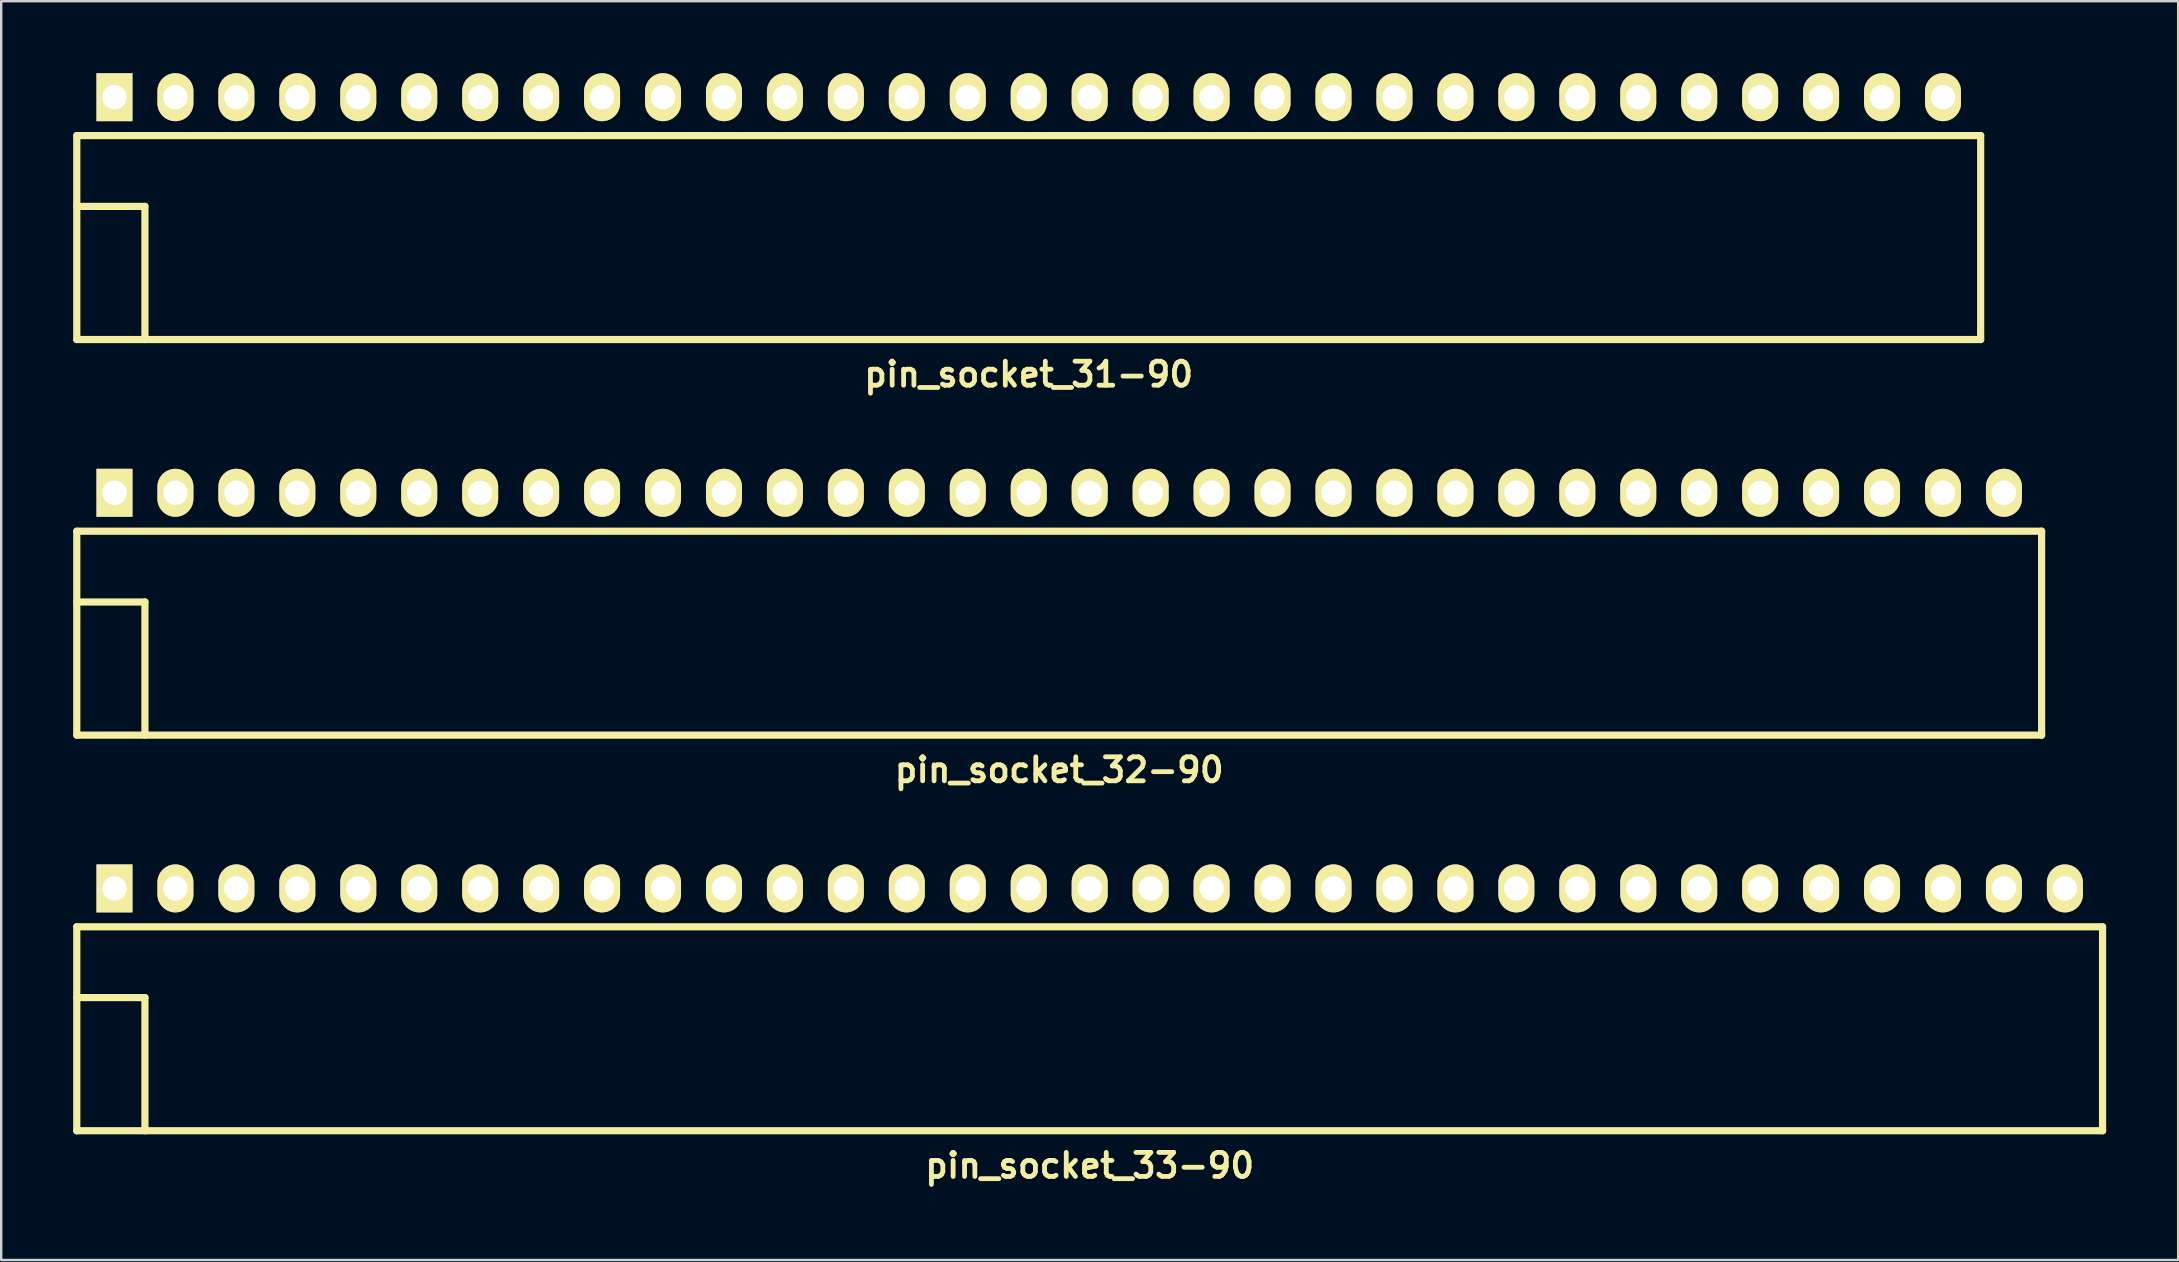
<source format=kicad_pcb>
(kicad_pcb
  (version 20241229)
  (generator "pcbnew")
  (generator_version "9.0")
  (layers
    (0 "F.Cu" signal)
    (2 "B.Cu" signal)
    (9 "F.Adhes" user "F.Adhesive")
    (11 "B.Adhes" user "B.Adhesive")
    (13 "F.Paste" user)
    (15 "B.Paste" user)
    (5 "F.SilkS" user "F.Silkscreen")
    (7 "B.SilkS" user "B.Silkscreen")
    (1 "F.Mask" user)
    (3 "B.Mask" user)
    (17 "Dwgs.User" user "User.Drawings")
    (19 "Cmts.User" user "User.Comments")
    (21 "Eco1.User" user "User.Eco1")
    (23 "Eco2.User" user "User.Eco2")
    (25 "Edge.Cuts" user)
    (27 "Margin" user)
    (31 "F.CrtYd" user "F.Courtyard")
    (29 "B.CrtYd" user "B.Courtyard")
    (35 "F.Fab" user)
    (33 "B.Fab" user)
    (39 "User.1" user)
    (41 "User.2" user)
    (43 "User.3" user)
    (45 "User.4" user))
  (footprint "pin_socket_33-90"
    (layer "F.Cu")
    (at 42.36 38.522)
    (property "Reference" "pin_socket_33-90" (at 0 7 0) (layer "F.SilkS") (effects (font (size 1 1) (thickness 0.2))))
    (attr through_hole)
    (fp_line (start -42.21 -2.95) (end -42.21 5.55) (stroke (width 0.3) (type solid)) (layer "F.SilkS"))
    (fp_line (start -42.21 -2.95) (end 42.21 -2.95) (stroke (width 0.3) (type solid)) (layer "F.SilkS"))
    (fp_line (start -42.21 0) (end -39.37 0) (stroke (width 0.3) (type solid)) (layer "F.SilkS"))
    (fp_line (start -42.21 5.55) (end 42.21 5.55) (stroke (width 0.3) (type solid)) (layer "F.SilkS"))
    (fp_line (start -39.37 0) (end -39.37 5.55) (stroke (width 0.3) (type solid)) (layer "F.SilkS"))
    (fp_line (start 42.21 -2.95) (end 42.21 5.55) (stroke (width 0.3) (type solid)) (layer "F.SilkS"))
    (pad "1" thru_hole rect (at -40.64 -4.55) (size 1.5 2) (drill 1.02) (layers "*.Cu" "*.Mask" "F.SilkS"))
    (pad "2" thru_hole oval (at -38.1 -4.55) (size 1.5 2) (drill 1.02) (layers "*.Cu" "*.Mask" "F.SilkS"))
    (pad "3" thru_hole oval (at -35.56 -4.55) (size 1.5 2) (drill 1.02) (layers "*.Cu" "*.Mask" "F.SilkS"))
    (pad "4" thru_hole oval (at -33.02 -4.55) (size 1.5 2) (drill 1.02) (layers "*.Cu" "*.Mask" "F.SilkS"))
    (pad "5" thru_hole oval (at -30.48 -4.55) (size 1.5 2) (drill 1.02) (layers "*.Cu" "*.Mask" "F.SilkS"))
    (pad "6" thru_hole oval (at -27.94 -4.55) (size 1.5 2) (drill 1.02) (layers "*.Cu" "*.Mask" "F.SilkS"))
    (pad "7" thru_hole oval (at -25.4 -4.55) (size 1.5 2) (drill 1.02) (layers "*.Cu" "*.Mask" "F.SilkS"))
    (pad "8" thru_hole oval (at -22.86 -4.55) (size 1.5 2) (drill 1.02) (layers "*.Cu" "*.Mask" "F.SilkS"))
    (pad "9" thru_hole oval (at -20.32 -4.55) (size 1.5 2) (drill 1.02) (layers "*.Cu" "*.Mask" "F.SilkS"))
    (pad "10" thru_hole oval (at -17.78 -4.55) (size 1.5 2) (drill 1.02) (layers "*.Cu" "*.Mask" "F.SilkS"))
    (pad "12" thru_hole oval (at -12.7 -4.55) (size 1.5 2) (drill 1.02) (layers "*.Cu" "*.Mask" "F.SilkS"))
    (pad "13" thru_hole oval (at -10.16 -4.55) (size 1.5 2) (drill 1.02) (layers "*.Cu" "*.Mask" "F.SilkS"))
    (pad "14" thru_hole oval (at -7.62 -4.55) (size 1.5 2) (drill 1.02) (layers "*.Cu" "*.Mask" "F.SilkS"))
    (pad "15" thru_hole oval (at -5.08 -4.55) (size 1.5 2) (drill 1.02) (layers "*.Cu" "*.Mask" "F.SilkS"))
    (pad "16" thru_hole oval (at -2.54 -4.55) (size 1.5 2) (drill 1.02) (layers "*.Cu" "*.Mask" "F.SilkS"))
    (pad "17" thru_hole oval (at 0 -4.55) (size 1.5 2) (drill 1.02) (layers "*.Cu" "*.Mask" "F.SilkS"))
    (pad "18" thru_hole oval (at 2.54 -4.55) (size 1.5 2) (drill 1.02) (layers "*.Cu" "*.Mask" "F.SilkS"))
    (pad "19" thru_hole oval (at 5.08 -4.55) (size 1.5 2) (drill 1.02) (layers "*.Cu" "*.Mask" "F.SilkS"))
    (pad "20" thru_hole oval (at 7.62 -4.55) (size 1.5 2) (drill 1.02) (layers "*.Cu" "*.Mask" "F.SilkS"))
    (pad "21" thru_hole oval (at 10.16 -4.55) (size 1.5 2) (drill 1.02) (layers "*.Cu" "*.Mask" "F.SilkS"))
    (pad "22" thru_hole oval (at 12.7 -4.55) (size 1.5 2) (drill 1.02) (layers "*.Cu" "*.Mask" "F.SilkS"))
    (pad "23" thru_hole oval (at 15.24 -4.55) (size 1.5 2) (drill 1.02) (layers "*.Cu" "*.Mask" "F.SilkS"))
    (pad "24" thru_hole oval (at 17.78 -4.55) (size 1.5 2) (drill 1.02) (layers "*.Cu" "*.Mask" "F.SilkS"))
    (pad "25" thru_hole oval (at 20.32 -4.55) (size 1.5 2) (drill 1.02) (layers "*.Cu" "*.Mask" "F.SilkS"))
    (pad "26" thru_hole oval (at 22.86 -4.55) (size 1.5 2) (drill 1.02) (layers "*.Cu" "*.Mask" "F.SilkS"))
    (pad "27" thru_hole oval (at 25.4 -4.55) (size 1.5 2) (drill 1.02) (layers "*.Cu" "*.Mask" "F.SilkS"))
    (pad "28" thru_hole oval (at 27.94 -4.55) (size 1.5 2) (drill 1.02) (layers "*.Cu" "*.Mask" "F.SilkS"))
    (pad "29" thru_hole oval (at 30.48 -4.55) (size 1.5 2) (drill 1.02) (layers "*.Cu" "*.Mask" "F.SilkS"))
    (pad "30" thru_hole oval (at 33.02 -4.55) (size 1.5 2) (drill 1.02) (layers "*.Cu" "*.Mask" "F.SilkS"))
    (pad "31" thru_hole oval (at 35.56 -4.55) (size 1.5 2) (drill 1.02) (layers "*.Cu" "*.Mask" "F.SilkS"))
    (pad "32" thru_hole oval (at 38.1 -4.55) (size 1.5 2) (drill 1.02) (layers "*.Cu" "*.Mask" "F.SilkS"))
    (pad "33" thru_hole oval (at 40.64 -4.55) (size 1.5 2) (drill 1.02) (layers "*.Cu" "*.Mask" "F.SilkS"))
    (pad "1121" thru_hole oval (at -15.24 -4.55) (size 1.5 2) (drill 1.02) (layers "*.Cu" "*.Mask" "F.SilkS")))
  (footprint "pin_socket_31-90"
    (layer "F.Cu")
    (at 39.82 5.55)
    (property "Reference" "pin_socket_31-90" (at 0 7 0) (layer "F.SilkS") (effects (font (size 1 1) (thickness 0.2))))
    (attr through_hole)
    (fp_line (start -39.67 -2.95) (end -39.67 5.55) (stroke (width 0.3) (type solid)) (layer "F.SilkS"))
    (fp_line (start -39.67 -2.95) (end 39.67 -2.95) (stroke (width 0.3) (type solid)) (layer "F.SilkS"))
    (fp_line (start -39.67 0) (end -36.83 0) (stroke (width 0.3) (type solid)) (layer "F.SilkS"))
    (fp_line (start -39.67 5.55) (end 39.67 5.55) (stroke (width 0.3) (type solid)) (layer "F.SilkS"))
    (fp_line (start -36.83 0) (end -36.83 5.55) (stroke (width 0.3) (type solid)) (layer "F.SilkS"))
    (fp_line (start 39.67 -2.95) (end 39.67 5.55) (stroke (width 0.3) (type solid)) (layer "F.SilkS"))
    (pad "1" thru_hole rect (at -38.1 -4.55) (size 1.5 2) (drill 1.02) (layers "*.Cu" "*.Mask" "F.SilkS"))
    (pad "2" thru_hole oval (at -35.56 -4.55) (size 1.5 2) (drill 1.02) (layers "*.Cu" "*.Mask" "F.SilkS"))
    (pad "3" thru_hole oval (at -33.02 -4.55) (size 1.5 2) (drill 1.02) (layers "*.Cu" "*.Mask" "F.SilkS"))
    (pad "4" thru_hole oval (at -30.48 -4.55) (size 1.5 2) (drill 1.02) (layers "*.Cu" "*.Mask" "F.SilkS"))
    (pad "5" thru_hole oval (at -27.94 -4.55) (size 1.5 2) (drill 1.02) (layers "*.Cu" "*.Mask" "F.SilkS"))
    (pad "6" thru_hole oval (at -25.4 -4.55) (size 1.5 2) (drill 1.02) (layers "*.Cu" "*.Mask" "F.SilkS"))
    (pad "7" thru_hole oval (at -22.86 -4.55) (size 1.5 2) (drill 1.02) (layers "*.Cu" "*.Mask" "F.SilkS"))
    (pad "8" thru_hole oval (at -20.32 -4.55) (size 1.5 2) (drill 1.02) (layers "*.Cu" "*.Mask" "F.SilkS"))
    (pad "9" thru_hole oval (at -17.78 -4.55) (size 1.5 2) (drill 1.02) (layers "*.Cu" "*.Mask" "F.SilkS"))
    (pad "10" thru_hole oval (at -15.24 -4.55) (size 1.5 2) (drill 1.02) (layers "*.Cu" "*.Mask" "F.SilkS"))
    (pad "12" thru_hole oval (at -10.16 -4.55) (size 1.5 2) (drill 1.02) (layers "*.Cu" "*.Mask" "F.SilkS"))
    (pad "13" thru_hole oval (at -7.62 -4.55) (size 1.5 2) (drill 1.02) (layers "*.Cu" "*.Mask" "F.SilkS"))
    (pad "14" thru_hole oval (at -5.08 -4.55) (size 1.5 2) (drill 1.02) (layers "*.Cu" "*.Mask" "F.SilkS"))
    (pad "15" thru_hole oval (at -2.54 -4.55) (size 1.5 2) (drill 1.02) (layers "*.Cu" "*.Mask" "F.SilkS"))
    (pad "16" thru_hole oval (at 0 -4.55) (size 1.5 2) (drill 1.02) (layers "*.Cu" "*.Mask" "F.SilkS"))
    (pad "17" thru_hole oval (at 2.54 -4.55) (size 1.5 2) (drill 1.02) (layers "*.Cu" "*.Mask" "F.SilkS"))
    (pad "18" thru_hole oval (at 5.08 -4.55) (size 1.5 2) (drill 1.02) (layers "*.Cu" "*.Mask" "F.SilkS"))
    (pad "19" thru_hole oval (at 7.62 -4.55) (size 1.5 2) (drill 1.02) (layers "*.Cu" "*.Mask" "F.SilkS"))
    (pad "20" thru_hole oval (at 10.16 -4.55) (size 1.5 2) (drill 1.02) (layers "*.Cu" "*.Mask" "F.SilkS"))
    (pad "21" thru_hole oval (at 12.7 -4.55) (size 1.5 2) (drill 1.02) (layers "*.Cu" "*.Mask" "F.SilkS"))
    (pad "22" thru_hole oval (at 15.24 -4.55) (size 1.5 2) (drill 1.02) (layers "*.Cu" "*.Mask" "F.SilkS"))
    (pad "23" thru_hole oval (at 17.78 -4.55) (size 1.5 2) (drill 1.02) (layers "*.Cu" "*.Mask" "F.SilkS"))
    (pad "24" thru_hole oval (at 20.32 -4.55) (size 1.5 2) (drill 1.02) (layers "*.Cu" "*.Mask" "F.SilkS"))
    (pad "25" thru_hole oval (at 22.86 -4.55) (size 1.5 2) (drill 1.02) (layers "*.Cu" "*.Mask" "F.SilkS"))
    (pad "26" thru_hole oval (at 25.4 -4.55) (size 1.5 2) (drill 1.02) (layers "*.Cu" "*.Mask" "F.SilkS"))
    (pad "27" thru_hole oval (at 27.94 -4.55) (size 1.5 2) (drill 1.02) (layers "*.Cu" "*.Mask" "F.SilkS"))
    (pad "28" thru_hole oval (at 30.48 -4.55) (size 1.5 2) (drill 1.02) (layers "*.Cu" "*.Mask" "F.SilkS"))
    (pad "29" thru_hole oval (at 33.02 -4.55) (size 1.5 2) (drill 1.02) (layers "*.Cu" "*.Mask" "F.SilkS"))
    (pad "30" thru_hole oval (at 35.56 -4.55) (size 1.5 2) (drill 1.02) (layers "*.Cu" "*.Mask" "F.SilkS"))
    (pad "31" thru_hole oval (at 38.1 -4.55) (size 1.5 2) (drill 1.02) (layers "*.Cu" "*.Mask" "F.SilkS"))
    (pad "1121" thru_hole oval (at -12.7 -4.55) (size 1.5 2) (drill 1.02) (layers "*.Cu" "*.Mask" "F.SilkS")))
  (footprint "pin_socket_32-90"
    (layer "F.Cu")
    (at 41.09 22.036)
    (property "Reference" "pin_socket_32-90" (at 0 7 0) (layer "F.SilkS") (effects (font (size 1 1) (thickness 0.2))))
    (attr through_hole)
    (fp_line (start -40.94 -2.95) (end -40.94 5.55) (stroke (width 0.3) (type solid)) (layer "F.SilkS"))
    (fp_line (start -40.94 -2.95) (end 40.94 -2.95) (stroke (width 0.3) (type solid)) (layer "F.SilkS"))
    (fp_line (start -40.94 0) (end -38.1 0) (stroke (width 0.3) (type solid)) (layer "F.SilkS"))
    (fp_line (start -40.94 5.55) (end 40.94 5.55) (stroke (width 0.3) (type solid)) (layer "F.SilkS"))
    (fp_line (start -38.1 0) (end -38.1 5.55) (stroke (width 0.3) (type solid)) (layer "F.SilkS"))
    (fp_line (start 40.94 -2.95) (end 40.94 5.55) (stroke (width 0.3) (type solid)) (layer "F.SilkS"))
    (pad "1" thru_hole rect (at -39.37 -4.55) (size 1.5 2) (drill 1.02) (layers "*.Cu" "*.Mask" "F.SilkS"))
    (pad "2" thru_hole oval (at -36.83 -4.55) (size 1.5 2) (drill 1.02) (layers "*.Cu" "*.Mask" "F.SilkS"))
    (pad "3" thru_hole oval (at -34.29 -4.55) (size 1.5 2) (drill 1.02) (layers "*.Cu" "*.Mask" "F.SilkS"))
    (pad "4" thru_hole oval (at -31.75 -4.55) (size 1.5 2) (drill 1.02) (layers "*.Cu" "*.Mask" "F.SilkS"))
    (pad "5" thru_hole oval (at -29.21 -4.55) (size 1.5 2) (drill 1.02) (layers "*.Cu" "*.Mask" "F.SilkS"))
    (pad "6" thru_hole oval (at -26.67 -4.55) (size 1.5 2) (drill 1.02) (layers "*.Cu" "*.Mask" "F.SilkS"))
    (pad "7" thru_hole oval (at -24.13 -4.55) (size 1.5 2) (drill 1.02) (layers "*.Cu" "*.Mask" "F.SilkS"))
    (pad "8" thru_hole oval (at -21.59 -4.55) (size 1.5 2) (drill 1.02) (layers "*.Cu" "*.Mask" "F.SilkS"))
    (pad "9" thru_hole oval (at -19.05 -4.55) (size 1.5 2) (drill 1.02) (layers "*.Cu" "*.Mask" "F.SilkS"))
    (pad "10" thru_hole oval (at -16.51 -4.55) (size 1.5 2) (drill 1.02) (layers "*.Cu" "*.Mask" "F.SilkS"))
    (pad "12" thru_hole oval (at -11.43 -4.55) (size 1.5 2) (drill 1.02) (layers "*.Cu" "*.Mask" "F.SilkS"))
    (pad "13" thru_hole oval (at -8.89 -4.55) (size 1.5 2) (drill 1.02) (layers "*.Cu" "*.Mask" "F.SilkS"))
    (pad "14" thru_hole oval (at -6.35 -4.55) (size 1.5 2) (drill 1.02) (layers "*.Cu" "*.Mask" "F.SilkS"))
    (pad "15" thru_hole oval (at -3.81 -4.55) (size 1.5 2) (drill 1.02) (layers "*.Cu" "*.Mask" "F.SilkS"))
    (pad "16" thru_hole oval (at -1.27 -4.55) (size 1.5 2) (drill 1.02) (layers "*.Cu" "*.Mask" "F.SilkS"))
    (pad "17" thru_hole oval (at 1.27 -4.55) (size 1.5 2) (drill 1.02) (layers "*.Cu" "*.Mask" "F.SilkS"))
    (pad "18" thru_hole oval (at 3.81 -4.55) (size 1.5 2) (drill 1.02) (layers "*.Cu" "*.Mask" "F.SilkS"))
    (pad "19" thru_hole oval (at 6.35 -4.55) (size 1.5 2) (drill 1.02) (layers "*.Cu" "*.Mask" "F.SilkS"))
    (pad "20" thru_hole oval (at 8.89 -4.55) (size 1.5 2) (drill 1.02) (layers "*.Cu" "*.Mask" "F.SilkS"))
    (pad "21" thru_hole oval (at 11.43 -4.55) (size 1.5 2) (drill 1.02) (layers "*.Cu" "*.Mask" "F.SilkS"))
    (pad "22" thru_hole oval (at 13.97 -4.55) (size 1.5 2) (drill 1.02) (layers "*.Cu" "*.Mask" "F.SilkS"))
    (pad "23" thru_hole oval (at 16.51 -4.55) (size 1.5 2) (drill 1.02) (layers "*.Cu" "*.Mask" "F.SilkS"))
    (pad "24" thru_hole oval (at 19.05 -4.55) (size 1.5 2) (drill 1.02) (layers "*.Cu" "*.Mask" "F.SilkS"))
    (pad "25" thru_hole oval (at 21.59 -4.55) (size 1.5 2) (drill 1.02) (layers "*.Cu" "*.Mask" "F.SilkS"))
    (pad "26" thru_hole oval (at 24.13 -4.55) (size 1.5 2) (drill 1.02) (layers "*.Cu" "*.Mask" "F.SilkS"))
    (pad "27" thru_hole oval (at 26.67 -4.55) (size 1.5 2) (drill 1.02) (layers "*.Cu" "*.Mask" "F.SilkS"))
    (pad "28" thru_hole oval (at 29.21 -4.55) (size 1.5 2) (drill 1.02) (layers "*.Cu" "*.Mask" "F.SilkS"))
    (pad "29" thru_hole oval (at 31.75 -4.55) (size 1.5 2) (drill 1.02) (layers "*.Cu" "*.Mask" "F.SilkS"))
    (pad "30" thru_hole oval (at 34.29 -4.55) (size 1.5 2) (drill 1.02) (layers "*.Cu" "*.Mask" "F.SilkS"))
    (pad "31" thru_hole oval (at 36.83 -4.55) (size 1.5 2) (drill 1.02) (layers "*.Cu" "*.Mask" "F.SilkS"))
    (pad "32" thru_hole oval (at 39.37 -4.55) (size 1.5 2) (drill 1.02) (layers "*.Cu" "*.Mask" "F.SilkS"))
    (pad "1121" thru_hole oval (at -13.97 -4.55) (size 1.5 2) (drill 1.02) (layers "*.Cu" "*.Mask" "F.SilkS")))
  (gr_rect
    (start -3 -3)
    (end 87.72 49.458)
    (stroke (width 0.1) (type default))
    (fill no)
    (layer "Edge.Cuts")))
</source>
